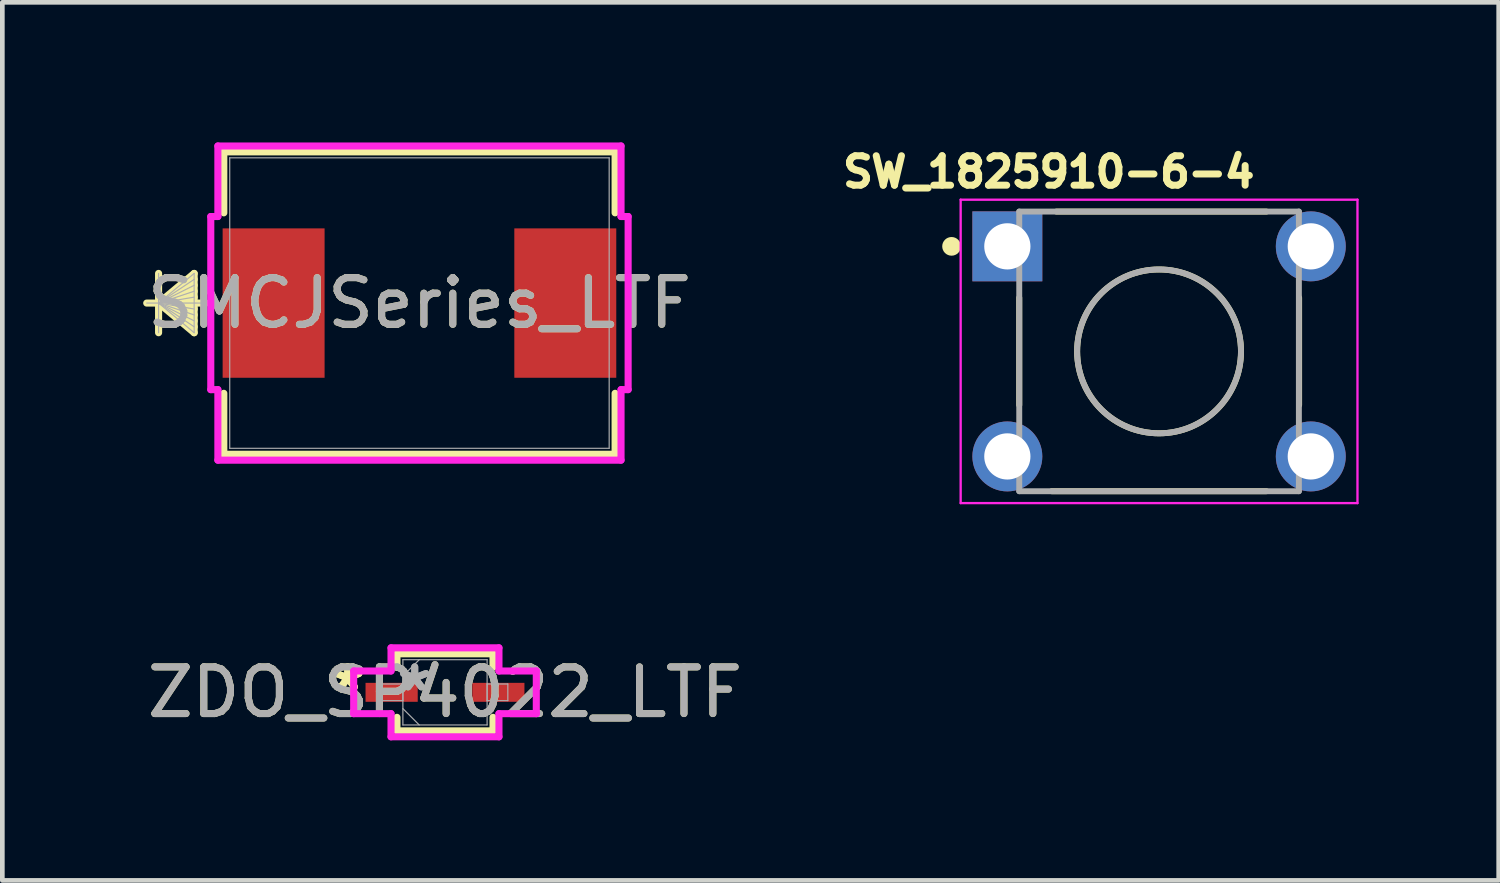
<source format=kicad_pcb>
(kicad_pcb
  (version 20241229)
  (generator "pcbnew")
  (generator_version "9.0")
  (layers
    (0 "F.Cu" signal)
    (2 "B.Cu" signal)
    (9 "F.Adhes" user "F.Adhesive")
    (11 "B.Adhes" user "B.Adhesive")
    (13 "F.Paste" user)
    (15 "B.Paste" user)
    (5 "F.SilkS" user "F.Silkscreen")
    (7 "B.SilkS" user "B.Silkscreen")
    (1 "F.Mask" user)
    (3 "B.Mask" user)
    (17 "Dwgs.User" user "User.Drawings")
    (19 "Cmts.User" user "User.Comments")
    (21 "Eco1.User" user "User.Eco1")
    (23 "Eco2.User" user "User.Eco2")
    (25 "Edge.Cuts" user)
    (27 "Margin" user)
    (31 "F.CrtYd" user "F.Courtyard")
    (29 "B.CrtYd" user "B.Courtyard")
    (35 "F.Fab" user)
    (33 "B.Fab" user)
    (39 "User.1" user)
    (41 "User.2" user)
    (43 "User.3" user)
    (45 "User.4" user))
  (footprint "SMCJSeries_LTF"
    (layer "F.Cu")
    (at 5.935 3.442)
    (property "Reference" "SMCJSeries_LTF" (at 0 0 0) (unlocked yes) (layer "F.SilkS") (effects (font (size 1 1) (thickness 0.15))))
    (attr smd)
    (fp_line (start -5.588 -0.635) (end -5.588 0.635) (stroke (width 0.152) (type solid)) (layer "F.SilkS"))
    (fp_line (start -5.588 0) (end -4.826 -0.635) (stroke (width 0.152) (type solid)) (layer "F.SilkS"))
    (fp_line (start -5.588 0) (end -4.826 -0.508) (stroke (width 0.152) (type solid)) (layer "F.SilkS"))
    (fp_line (start -5.588 0) (end -4.826 -0.381) (stroke (width 0.152) (type solid)) (layer "F.SilkS"))
    (fp_line (start -5.588 0) (end -4.826 -0.254) (stroke (width 0.152) (type solid)) (layer "F.SilkS"))
    (fp_line (start -5.588 0) (end -4.826 -0.127) (stroke (width 0.152) (type solid)) (layer "F.SilkS"))
    (fp_line (start -5.588 0) (end -4.826 0.127) (stroke (width 0.152) (type solid)) (layer "F.SilkS"))
    (fp_line (start -5.588 0) (end -4.826 0.254) (stroke (width 0.152) (type solid)) (layer "F.SilkS"))
    (fp_line (start -5.588 0) (end -4.826 0.381) (stroke (width 0.152) (type solid)) (layer "F.SilkS"))
    (fp_line (start -5.588 0) (end -4.826 0.508) (stroke (width 0.152) (type solid)) (layer "F.SilkS"))
    (fp_line (start -5.588 0) (end -4.826 0.635) (stroke (width 0.152) (type solid)) (layer "F.SilkS"))
    (fp_line (start -4.826 -0.635) (end -4.826 0.635) (stroke (width 0.152) (type solid)) (layer "F.SilkS"))
    (fp_line (start -4.572 0) (end -5.842 0) (stroke (width 0.152) (type solid)) (layer "F.SilkS"))
    (fp_line (start -4.191 -3.239) (end -4.191 -1.933) (stroke (width 0.152) (type solid)) (layer "F.SilkS"))
    (fp_line (start -4.191 1.933) (end -4.191 3.239) (stroke (width 0.152) (type solid)) (layer "F.SilkS"))
    (fp_line (start -4.191 3.239) (end 4.191 3.239) (stroke (width 0.152) (type solid)) (layer "F.SilkS"))
    (fp_line (start 4.191 -3.239) (end -4.191 -3.239) (stroke (width 0.152) (type solid)) (layer "F.SilkS"))
    (fp_line (start 4.191 -1.933) (end 4.191 -3.239) (stroke (width 0.152) (type solid)) (layer "F.SilkS"))
    (fp_line (start 4.191 3.239) (end 4.191 1.933) (stroke (width 0.152) (type solid)) (layer "F.SilkS"))
    (fp_line (start -4.47 -1.854) (end -4.318 -1.854) (stroke (width 0.152) (type solid)) (layer "F.CrtYd"))
    (fp_line (start -4.47 1.854) (end -4.47 -1.854) (stroke (width 0.152) (type solid)) (layer "F.CrtYd"))
    (fp_line (start -4.318 -3.365) (end 4.318 -3.365) (stroke (width 0.152) (type solid)) (layer "F.CrtYd"))
    (fp_line (start -4.318 -1.854) (end -4.318 -3.365) (stroke (width 0.152) (type solid)) (layer "F.CrtYd"))
    (fp_line (start -4.318 1.854) (end -4.47 1.854) (stroke (width 0.152) (type solid)) (layer "F.CrtYd"))
    (fp_line (start -4.318 3.365) (end -4.318 1.854) (stroke (width 0.152) (type solid)) (layer "F.CrtYd"))
    (fp_line (start 4.318 -3.365) (end 4.318 -1.854) (stroke (width 0.152) (type solid)) (layer "F.CrtYd"))
    (fp_line (start 4.318 -1.854) (end 4.47 -1.854) (stroke (width 0.152) (type solid)) (layer "F.CrtYd"))
    (fp_line (start 4.318 1.854) (end 4.318 3.365) (stroke (width 0.152) (type solid)) (layer "F.CrtYd"))
    (fp_line (start 4.318 3.365) (end -4.318 3.365) (stroke (width 0.152) (type solid)) (layer "F.CrtYd"))
    (fp_line (start 4.47 -1.854) (end 4.47 1.854) (stroke (width 0.152) (type solid)) (layer "F.CrtYd"))
    (fp_line (start 4.47 1.854) (end 4.318 1.854) (stroke (width 0.152) (type solid)) (layer "F.CrtYd"))
    (fp_line (start -5.588 -0.635) (end -5.588 0.635) (stroke (width 0.025) (type solid)) (layer "F.Fab"))
    (fp_line (start -5.588 0) (end -4.826 -0.635) (stroke (width 0.025) (type solid)) (layer "F.Fab"))
    (fp_line (start -5.588 0) (end -4.826 -0.508) (stroke (width 0.025) (type solid)) (layer "F.Fab"))
    (fp_line (start -5.588 0) (end -4.826 -0.381) (stroke (width 0.025) (type solid)) (layer "F.Fab"))
    (fp_line (start -5.588 0) (end -4.826 -0.254) (stroke (width 0.025) (type solid)) (layer "F.Fab"))
    (fp_line (start -5.588 0) (end -4.826 -0.127) (stroke (width 0.025) (type solid)) (layer "F.Fab"))
    (fp_line (start -5.588 0) (end -4.826 0.127) (stroke (width 0.025) (type solid)) (layer "F.Fab"))
    (fp_line (start -5.588 0) (end -4.826 0.254) (stroke (width 0.025) (type solid)) (layer "F.Fab"))
    (fp_line (start -5.588 0) (end -4.826 0.381) (stroke (width 0.025) (type solid)) (layer "F.Fab"))
    (fp_line (start -5.588 0) (end -4.826 0.508) (stroke (width 0.025) (type solid)) (layer "F.Fab"))
    (fp_line (start -5.588 0) (end -4.826 0.635) (stroke (width 0.025) (type solid)) (layer "F.Fab"))
    (fp_line (start -4.826 -0.635) (end -4.826 0.635) (stroke (width 0.025) (type solid)) (layer "F.Fab"))
    (fp_line (start -4.572 0) (end -5.842 0) (stroke (width 0.025) (type solid)) (layer "F.Fab"))
    (fp_line (start -4.064 -3.111) (end -4.064 3.111) (stroke (width 0.025) (type solid)) (layer "F.Fab"))
    (fp_line (start -4.064 3.111) (end 4.064 3.111) (stroke (width 0.025) (type solid)) (layer "F.Fab"))
    (fp_line (start 4.064 -3.111) (end -4.064 -3.111) (stroke (width 0.025) (type solid)) (layer "F.Fab"))
    (fp_line (start 4.064 3.111) (end 4.064 -3.111) (stroke (width 0.025) (type solid)) (layer "F.Fab"))
    (fp_text user "${REFERENCE}" (at 0 0 0) (unlocked yes) (layer "F.Fab") (effects (font (size 1 1) (thickness 0.15))))
    (pad "1" smd rect (at -3.124 0 90) (size 3.2 2.184) (layers "F.Cu" "F.Mask" "F.Paste"))
    (pad "2" smd rect (at 3.124 0 90) (size 3.2 2.184) (layers "F.Cu" "F.Mask" "F.Paste"))
    (zone (net_name "") (layer "F.Cu") (hatch full 0.508) (connect_pads) (min_thickness 0.254) (filled_areas_thickness no) (keepout (tracks not_allowed) (vias not_allowed) (pads allowed) (copperpour not_allowed) (footprints allowed)) (placement (enabled no)) (fill) (polygon (pts (xy 1.921 0.381) (xy 9.948 0.381) (xy 9.948 1.791) (xy 1.921 1.791))))
    (zone (net_name "") (layer "F.Cu") (hatch full 0.508) (connect_pads) (min_thickness 0.254) (filled_areas_thickness no) (keepout (tracks not_allowed) (vias not_allowed) (pads allowed) (copperpour not_allowed) (footprints allowed)) (placement (enabled no)) (fill) (polygon (pts (xy 1.921 5.093) (xy 9.948 5.093) (xy 9.948 6.502) (xy 1.921 6.502))))
    (zone (net_name "") (layer "F.Cu") (hatch full 0.508) (connect_pads) (min_thickness 0.254) (filled_areas_thickness no) (keepout (tracks not_allowed) (vias not_allowed) (pads allowed) (copperpour not_allowed) (footprints allowed)) (placement (enabled no)) (fill) (polygon (pts (xy 3.953 1.791) (xy 7.916 1.791) (xy 7.916 5.093) (xy 3.953 5.093)))))
  (footprint "ZDO_SP4022_LTF"
    (layer "F.Cu")
    (at 6.482 11.78)
    (property "Reference" "ZDO_SP4022_LTF" (at 0 0 0) (unlocked yes) (layer "F.SilkS") (effects (font (size 1 1) (thickness 0.15))))
    (attr smd)
    (fp_line (start -1.029 -0.826) (end -1.029 -0.536) (stroke (width 0.152) (type solid)) (layer "F.SilkS"))
    (fp_line (start -1.029 0.536) (end -1.029 0.826) (stroke (width 0.152) (type solid)) (layer "F.SilkS"))
    (fp_line (start -1.029 0.826) (end 1.029 0.826) (stroke (width 0.152) (type solid)) (layer "F.SilkS"))
    (fp_line (start 1.029 -0.826) (end -1.029 -0.826) (stroke (width 0.152) (type solid)) (layer "F.SilkS"))
    (fp_line (start 1.029 -0.536) (end 1.029 -0.826) (stroke (width 0.152) (type solid)) (layer "F.SilkS"))
    (fp_line (start 1.029 0.826) (end 1.029 0.536) (stroke (width 0.152) (type solid)) (layer "F.SilkS"))
    (fp_line (start -1.956 -0.457) (end -1.156 -0.457) (stroke (width 0.152) (type solid)) (layer "F.CrtYd"))
    (fp_line (start -1.956 0.457) (end -1.956 -0.457) (stroke (width 0.152) (type solid)) (layer "F.CrtYd"))
    (fp_line (start -1.156 -0.953) (end 1.156 -0.953) (stroke (width 0.152) (type solid)) (layer "F.CrtYd"))
    (fp_line (start -1.156 -0.457) (end -1.156 -0.953) (stroke (width 0.152) (type solid)) (layer "F.CrtYd"))
    (fp_line (start -1.156 0.457) (end -1.956 0.457) (stroke (width 0.152) (type solid)) (layer "F.CrtYd"))
    (fp_line (start -1.156 0.953) (end -1.156 0.457) (stroke (width 0.152) (type solid)) (layer "F.CrtYd"))
    (fp_line (start 1.156 -0.953) (end 1.156 -0.457) (stroke (width 0.152) (type solid)) (layer "F.CrtYd"))
    (fp_line (start 1.156 -0.457) (end 1.956 -0.457) (stroke (width 0.152) (type solid)) (layer "F.CrtYd"))
    (fp_line (start 1.156 0.457) (end 1.156 0.953) (stroke (width 0.152) (type solid)) (layer "F.CrtYd"))
    (fp_line (start 1.156 0.953) (end -1.156 0.953) (stroke (width 0.152) (type solid)) (layer "F.CrtYd"))
    (fp_line (start 1.956 -0.457) (end 1.956 0.457) (stroke (width 0.152) (type solid)) (layer "F.CrtYd"))
    (fp_line (start 1.956 0.457) (end 1.156 0.457) (stroke (width 0.152) (type solid)) (layer "F.CrtYd"))
    (fp_line (start -1.346 -0.178) (end -1.346 0.178) (stroke (width 0.025) (type solid)) (layer "F.Fab"))
    (fp_line (start -1.346 0.178) (end -0.902 0.178) (stroke (width 0.025) (type solid)) (layer "F.Fab"))
    (fp_line (start -0.902 -0.699) (end -0.902 0.699) (stroke (width 0.025) (type solid)) (layer "F.Fab"))
    (fp_line (start -0.902 -0.349) (end -0.552 -0.699) (stroke (width 0.025) (type solid)) (layer "F.Fab"))
    (fp_line (start -0.902 -0.178) (end -1.346 -0.178) (stroke (width 0.025) (type solid)) (layer "F.Fab"))
    (fp_line (start -0.902 0.178) (end -0.902 -0.178) (stroke (width 0.025) (type solid)) (layer "F.Fab"))
    (fp_line (start -0.902 0.349) (end -0.552 0.699) (stroke (width 0.025) (type solid)) (layer "F.Fab"))
    (fp_line (start -0.902 0.699) (end 0.902 0.699) (stroke (width 0.025) (type solid)) (layer "F.Fab"))
    (fp_line (start 0.902 -0.699) (end -0.902 -0.699) (stroke (width 0.025) (type solid)) (layer "F.Fab"))
    (fp_line (start 0.902 -0.178) (end 0.902 0.178) (stroke (width 0.025) (type solid)) (layer "F.Fab"))
    (fp_line (start 0.902 0.178) (end 1.346 0.178) (stroke (width 0.025) (type solid)) (layer "F.Fab"))
    (fp_line (start 0.902 0.699) (end 0.902 -0.699) (stroke (width 0.025) (type solid)) (layer "F.Fab"))
    (fp_line (start 1.346 -0.178) (end 0.902 -0.178) (stroke (width 0.025) (type solid)) (layer "F.Fab"))
    (fp_line (start 1.346 0.178) (end 1.346 -0.178) (stroke (width 0.025) (type solid)) (layer "F.Fab"))
    (fp_text user "*" (at -2.083 0 0) (unlocked yes) (layer "F.SilkS") (effects (font (size 1 1) (thickness 0.15))))
    (fp_text user "*" (at -2.083 0 0) (layer "F.SilkS") (effects (font (size 1 1) (thickness 0.15))))
    (fp_text user "*" (at -0.648 0 0) (unlocked yes) (layer "F.Fab") (effects (font (size 1 1) (thickness 0.15))))
    (fp_text user "*" (at -0.648 0 0) (layer "F.Fab") (effects (font (size 1 1) (thickness 0.15))))
    (fp_text user "${REFERENCE}" (at 0 0 0) (unlocked yes) (layer "F.Fab") (effects (font (size 1 1) (thickness 0.15))))
    (pad "1" smd rect (at -1.143 0) (size 1.118 0.406) (layers "F.Cu" "F.Mask" "F.Paste"))
    (pad "2" smd rect (at 1.143 0) (size 1.118 0.406) (layers "F.Cu" "F.Mask" "F.Paste")))
  (footprint "SW_1825910-6-4"
    (layer "F.Cu")
    (at 21.778 4.477)
    (property "Reference" "SW_1825910-6-4" (at -2.363 -3.844 0) (layer "F.SilkS") (effects (font (size 0.631 0.631) (thickness 0.15))))
    (attr through_hole)
    (fp_line (start -2.995 -1.15) (end -2.995 1.15) (stroke (width 0.127) (type solid)) (layer "F.SilkS"))
    (fp_line (start -2.2 -2.995) (end 2.3 -2.995) (stroke (width 0.127) (type solid)) (layer "F.SilkS"))
    (fp_line (start 2.3 2.995) (end -2.3 2.995) (stroke (width 0.127) (type solid)) (layer "F.SilkS"))
    (fp_line (start 3 -1.15) (end 3 1.15) (stroke (width 0.127) (type solid)) (layer "F.SilkS"))
    (fp_circle (center -4.445 -2.25) (end -4.345 -2.25) (stroke (width 0.2) (type solid)) (fill no) (layer "F.SilkS"))
    (fp_circle (center 0 0) (end 1.755 0) (stroke (width 0.127) (type solid)) (fill no) (layer "F.SilkS"))
    (fp_line (start -4.25 -3.25) (end -4.25 3.25) (stroke (width 0.05) (type solid)) (layer "F.CrtYd"))
    (fp_line (start -4.25 3.25) (end 4.25 3.25) (stroke (width 0.05) (type solid)) (layer "F.CrtYd"))
    (fp_line (start 4.25 -3.25) (end -4.25 -3.25) (stroke (width 0.05) (type solid)) (layer "F.CrtYd"))
    (fp_line (start 4.25 3.25) (end 4.25 -3.25) (stroke (width 0.05) (type solid)) (layer "F.CrtYd"))
    (fp_line (start -2.995 -2.995) (end -2.995 2.995) (stroke (width 0.127) (type solid)) (layer "F.Fab"))
    (fp_line (start -2.995 2.995) (end 2.995 2.995) (stroke (width 0.127) (type solid)) (layer "F.Fab"))
    (fp_line (start 2.995 -2.995) (end -2.995 -2.995) (stroke (width 0.127) (type solid)) (layer "F.Fab"))
    (fp_line (start 2.995 2.995) (end 2.995 -2.995) (stroke (width 0.127) (type solid)) (layer "F.Fab"))
    (fp_circle (center 0 0) (end 1.755 0) (stroke (width 0.127) (type solid)) (fill no) (layer "F.Fab"))
    (pad "1" thru_hole rect (at -3.25 -2.25) (size 1.498 1.498) (drill 0.99) (layers "*.Cu" "*.Mask"))
    (pad "2" thru_hole circle (at 3.25 -2.25) (size 1.498 1.498) (drill 0.99) (layers "*.Cu" "*.Mask"))
    (pad "3" thru_hole circle (at -3.25 2.25) (size 1.498 1.498) (drill 0.99) (layers "*.Cu" "*.Mask"))
    (pad "4" thru_hole circle (at 3.25 2.25) (size 1.498 1.498) (drill 0.99) (layers "*.Cu" "*.Mask")))
  (gr_rect
    (start -3 -3)
    (end 29.053 15.809)
    (stroke (width 0.1) (type default))
    (fill no)
    (layer "Edge.Cuts")))
</source>
